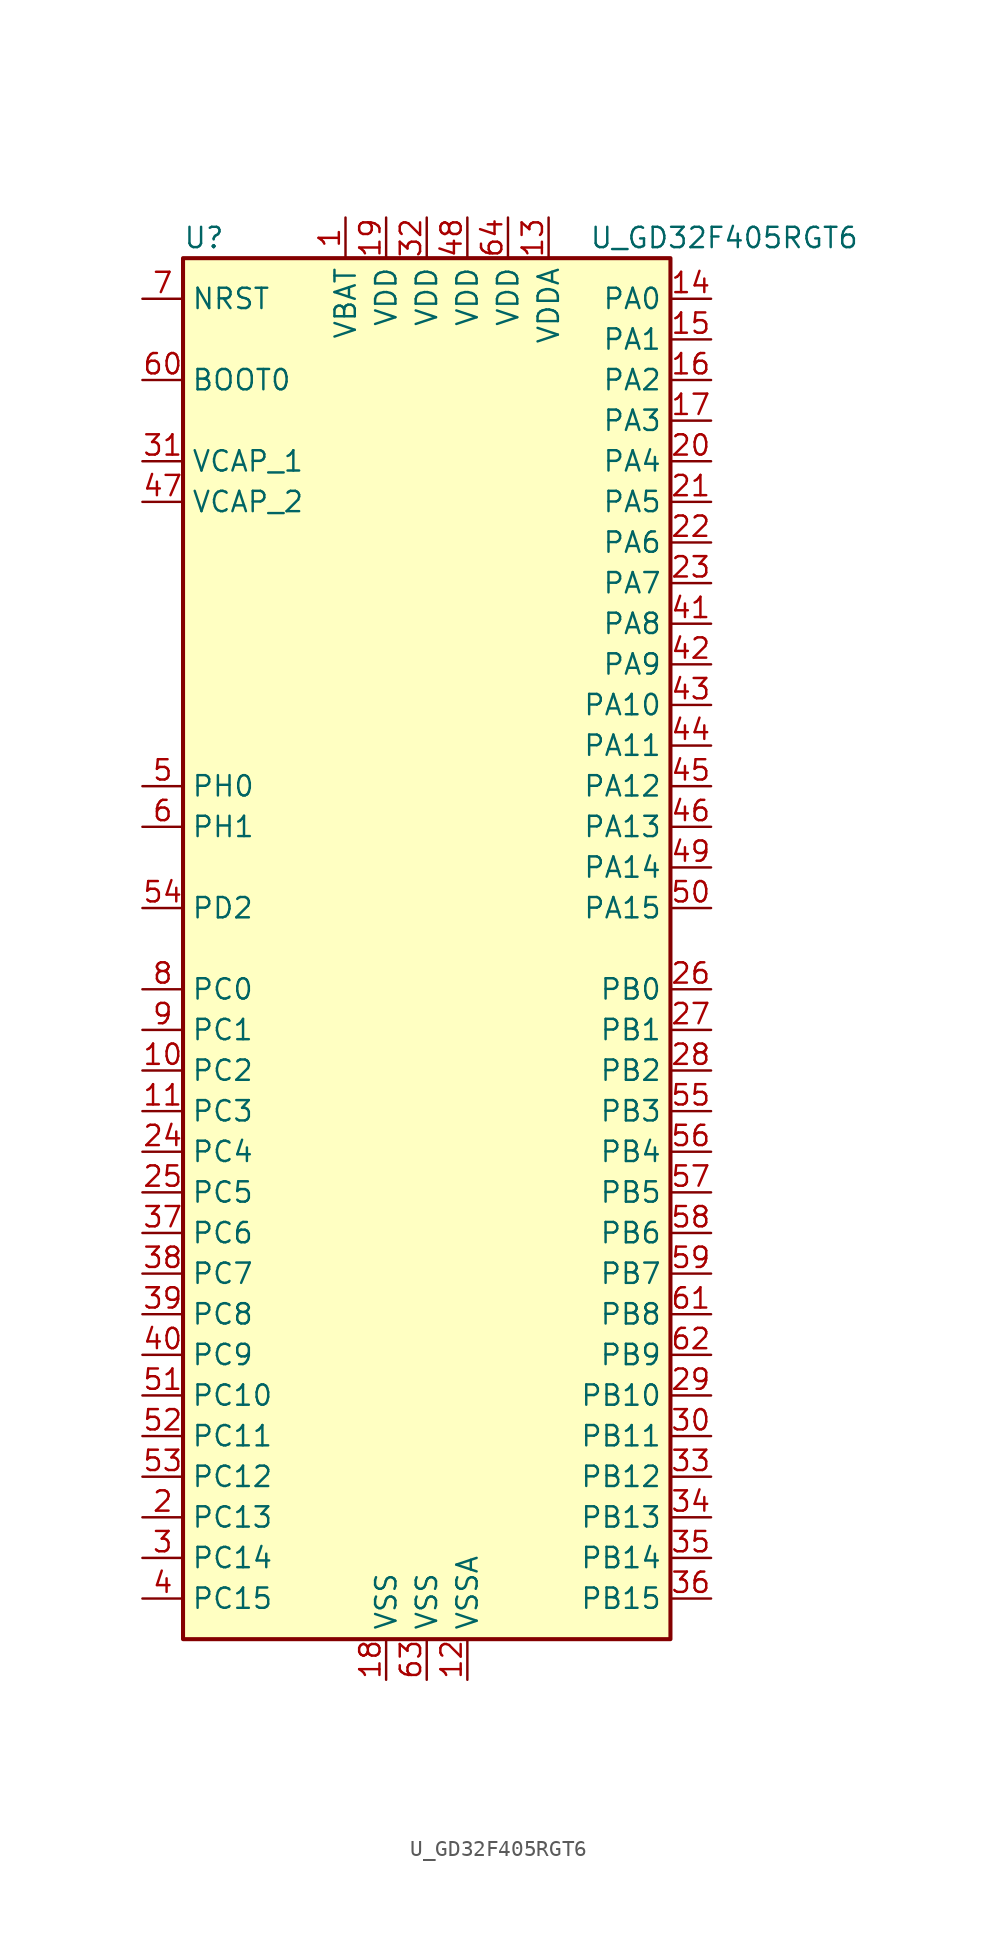
<source format=kicad_sym>
(kicad_symbol_lib
  (version 20211014)
  (generator kicad_symbol_editor)
  (symbol "U_GD32F405RGT6"
    (property "Reference" "U"
      (at -15.24 44.45 0)
      (effects (font (size 1.27 1.27)) (justify left)))
    (property "Value" "U_GD32F405RGT6"
      (at 10.16 44.45 0)
      (effects (font (size 1.27 1.27)) (justify left)))
    (symbol "U_GD32F405RGT6_0_1"
      (rectangle (start -15.24 -43.18) (end 15.24 43.18) (stroke (width 0.254) (type default) (color 0 0 0 0)) (fill (type background))))
    (symbol "U_GD32F405RGT6_1_1"
      (pin power_in line (at -5.08 45.72 270) (length 2.54) (name "VBAT" (effects (font (size 1.27 1.27)))) (number "1" (effects (font (size 1.27 1.27)))))
      (pin bidirectional line (at -17.78 -7.62 0) (length 2.54) (name "PC2" (effects (font (size 1.27 1.27)))) (number "10" (effects (font (size 1.27 1.27)))))
      (pin bidirectional line (at -17.78 -10.16 0) (length 2.54) (name "PC3" (effects (font (size 1.27 1.27)))) (number "11" (effects (font (size 1.27 1.27)))))
      (pin power_in line (at 2.54 -45.72 90) (length 2.54) (name "VSSA" (effects (font (size 1.27 1.27)))) (number "12" (effects (font (size 1.27 1.27)))))
      (pin power_in line (at 7.62 45.72 270) (length 2.54) (name "VDDA" (effects (font (size 1.27 1.27)))) (number "13" (effects (font (size 1.27 1.27)))))
      (pin bidirectional line (at 17.78 40.64 180) (length 2.54) (name "PA0" (effects (font (size 1.27 1.27)))) (number "14" (effects (font (size 1.27 1.27)))))
      (pin bidirectional line (at 17.78 38.1 180) (length 2.54) (name "PA1" (effects (font (size 1.27 1.27)))) (number "15" (effects (font (size 1.27 1.27)))))
      (pin bidirectional line (at 17.78 35.56 180) (length 2.54) (name "PA2" (effects (font (size 1.27 1.27)))) (number "16" (effects (font (size 1.27 1.27)))))
      (pin bidirectional line (at 17.78 33.02 180) (length 2.54) (name "PA3" (effects (font (size 1.27 1.27)))) (number "17" (effects (font (size 1.27 1.27)))))
      (pin power_in line (at -2.54 -45.72 90) (length 2.54) (name "VSS" (effects (font (size 1.27 1.27)))) (number "18" (effects (font (size 1.27 1.27)))))
      (pin power_in line (at -2.54 45.72 270) (length 2.54) (name "VDD" (effects (font (size 1.27 1.27)))) (number "19" (effects (font (size 1.27 1.27)))))
      (pin bidirectional line (at -17.78 -35.56 0) (length 2.54) (name "PC13" (effects (font (size 1.27 1.27)))) (number "2" (effects (font (size 1.27 1.27)))))
      (pin bidirectional line (at 17.78 30.48 180) (length 2.54) (name "PA4" (effects (font (size 1.27 1.27)))) (number "20" (effects (font (size 1.27 1.27)))))
      (pin bidirectional line (at 17.78 27.94 180) (length 2.54) (name "PA5" (effects (font (size 1.27 1.27)))) (number "21" (effects (font (size 1.27 1.27)))))
      (pin bidirectional line (at 17.78 25.4 180) (length 2.54) (name "PA6" (effects (font (size 1.27 1.27)))) (number "22" (effects (font (size 1.27 1.27)))))
      (pin bidirectional line (at 17.78 22.86 180) (length 2.54) (name "PA7" (effects (font (size 1.27 1.27)))) (number "23" (effects (font (size 1.27 1.27)))))
      (pin bidirectional line (at -17.78 -12.7 0) (length 2.54) (name "PC4" (effects (font (size 1.27 1.27)))) (number "24" (effects (font (size 1.27 1.27)))))
      (pin bidirectional line (at -17.78 -15.24 0) (length 2.54) (name "PC5" (effects (font (size 1.27 1.27)))) (number "25" (effects (font (size 1.27 1.27)))))
      (pin bidirectional line (at 17.78 -2.54 180) (length 2.54) (name "PB0" (effects (font (size 1.27 1.27)))) (number "26" (effects (font (size 1.27 1.27)))))
      (pin bidirectional line (at 17.78 -5.08 180) (length 2.54) (name "PB1" (effects (font (size 1.27 1.27)))) (number "27" (effects (font (size 1.27 1.27)))))
      (pin bidirectional line (at 17.78 -7.62 180) (length 2.54) (name "PB2" (effects (font (size 1.27 1.27)))) (number "28" (effects (font (size 1.27 1.27)))))
      (pin bidirectional line (at 17.78 -27.94 180) (length 2.54) (name "PB10" (effects (font (size 1.27 1.27)))) (number "29" (effects (font (size 1.27 1.27)))))
      (pin bidirectional line (at -17.78 -38.1 0) (length 2.54) (name "PC14" (effects (font (size 1.27 1.27)))) (number "3" (effects (font (size 1.27 1.27)))))
      (pin bidirectional line (at 17.78 -30.48 180) (length 2.54) (name "PB11" (effects (font (size 1.27 1.27)))) (number "30" (effects (font (size 1.27 1.27)))))
      (pin power_in line (at -17.78 30.48 0) (length 2.54) (name "VCAP_1" (effects (font (size 1.27 1.27)))) (number "31" (effects (font (size 1.27 1.27)))))
      (pin power_in line (at 0 45.72 270) (length 2.54) (name "VDD" (effects (font (size 1.27 1.27)))) (number "32" (effects (font (size 1.27 1.27)))))
      (pin bidirectional line (at 17.78 -33.02 180) (length 2.54) (name "PB12" (effects (font (size 1.27 1.27)))) (number "33" (effects (font (size 1.27 1.27)))))
      (pin bidirectional line (at 17.78 -35.56 180) (length 2.54) (name "PB13" (effects (font (size 1.27 1.27)))) (number "34" (effects (font (size 1.27 1.27)))))
      (pin bidirectional line (at 17.78 -38.1 180) (length 2.54) (name "PB14" (effects (font (size 1.27 1.27)))) (number "35" (effects (font (size 1.27 1.27)))))
      (pin bidirectional line (at 17.78 -40.64 180) (length 2.54) (name "PB15" (effects (font (size 1.27 1.27)))) (number "36" (effects (font (size 1.27 1.27)))))
      (pin bidirectional line (at -17.78 -17.78 0) (length 2.54) (name "PC6" (effects (font (size 1.27 1.27)))) (number "37" (effects (font (size 1.27 1.27)))))
      (pin bidirectional line (at -17.78 -20.32 0) (length 2.54) (name "PC7" (effects (font (size 1.27 1.27)))) (number "38" (effects (font (size 1.27 1.27)))))
      (pin bidirectional line (at -17.78 -22.86 0) (length 2.54) (name "PC8" (effects (font (size 1.27 1.27)))) (number "39" (effects (font (size 1.27 1.27)))))
      (pin bidirectional line (at -17.78 -40.64 0) (length 2.54) (name "PC15" (effects (font (size 1.27 1.27)))) (number "4" (effects (font (size 1.27 1.27)))))
      (pin bidirectional line (at -17.78 -25.4 0) (length 2.54) (name "PC9" (effects (font (size 1.27 1.27)))) (number "40" (effects (font (size 1.27 1.27)))))
      (pin bidirectional line (at 17.78 20.32 180) (length 2.54) (name "PA8" (effects (font (size 1.27 1.27)))) (number "41" (effects (font (size 1.27 1.27)))))
      (pin bidirectional line (at 17.78 17.78 180) (length 2.54) (name "PA9" (effects (font (size 1.27 1.27)))) (number "42" (effects (font (size 1.27 1.27)))))
      (pin bidirectional line (at 17.78 15.24 180) (length 2.54) (name "PA10" (effects (font (size 1.27 1.27)))) (number "43" (effects (font (size 1.27 1.27)))))
      (pin bidirectional line (at 17.78 12.7 180) (length 2.54) (name "PA11" (effects (font (size 1.27 1.27)))) (number "44" (effects (font (size 1.27 1.27)))))
      (pin bidirectional line (at 17.78 10.16 180) (length 2.54) (name "PA12" (effects (font (size 1.27 1.27)))) (number "45" (effects (font (size 1.27 1.27)))))
      (pin bidirectional line (at 17.78 7.62 180) (length 2.54) (name "PA13" (effects (font (size 1.27 1.27)))) (number "46" (effects (font (size 1.27 1.27)))))
      (pin power_in line (at -17.78 27.94 0) (length 2.54) (name "VCAP_2" (effects (font (size 1.27 1.27)))) (number "47" (effects (font (size 1.27 1.27)))))
      (pin power_in line (at 2.54 45.72 270) (length 2.54) (name "VDD" (effects (font (size 1.27 1.27)))) (number "48" (effects (font (size 1.27 1.27)))))
      (pin bidirectional line (at 17.78 5.08 180) (length 2.54) (name "PA14" (effects (font (size 1.27 1.27)))) (number "49" (effects (font (size 1.27 1.27)))))
      (pin input line (at -17.78 10.16 0) (length 2.54) (name "PH0" (effects (font (size 1.27 1.27)))) (number "5" (effects (font (size 1.27 1.27)))))
      (pin bidirectional line (at 17.78 2.54 180) (length 2.54) (name "PA15" (effects (font (size 1.27 1.27)))) (number "50" (effects (font (size 1.27 1.27)))))
      (pin bidirectional line (at -17.78 -27.94 0) (length 2.54) (name "PC10" (effects (font (size 1.27 1.27)))) (number "51" (effects (font (size 1.27 1.27)))))
      (pin bidirectional line (at -17.78 -30.48 0) (length 2.54) (name "PC11" (effects (font (size 1.27 1.27)))) (number "52" (effects (font (size 1.27 1.27)))))
      (pin bidirectional line (at -17.78 -33.02 0) (length 2.54) (name "PC12" (effects (font (size 1.27 1.27)))) (number "53" (effects (font (size 1.27 1.27)))))
      (pin bidirectional line (at -17.78 2.54 0) (length 2.54) (name "PD2" (effects (font (size 1.27 1.27)))) (number "54" (effects (font (size 1.27 1.27)))))
      (pin bidirectional line (at 17.78 -10.16 180) (length 2.54) (name "PB3" (effects (font (size 1.27 1.27)))) (number "55" (effects (font (size 1.27 1.27)))))
      (pin bidirectional line (at 17.78 -12.7 180) (length 2.54) (name "PB4" (effects (font (size 1.27 1.27)))) (number "56" (effects (font (size 1.27 1.27)))))
      (pin bidirectional line (at 17.78 -15.24 180) (length 2.54) (name "PB5" (effects (font (size 1.27 1.27)))) (number "57" (effects (font (size 1.27 1.27)))))
      (pin bidirectional line (at 17.78 -17.78 180) (length 2.54) (name "PB6" (effects (font (size 1.27 1.27)))) (number "58" (effects (font (size 1.27 1.27)))))
      (pin bidirectional line (at 17.78 -20.32 180) (length 2.54) (name "PB7" (effects (font (size 1.27 1.27)))) (number "59" (effects (font (size 1.27 1.27)))))
      (pin input line (at -17.78 7.62 0) (length 2.54) (name "PH1" (effects (font (size 1.27 1.27)))) (number "6" (effects (font (size 1.27 1.27)))))
      (pin input line (at -17.78 35.56 0) (length 2.54) (name "BOOT0" (effects (font (size 1.27 1.27)))) (number "60" (effects (font (size 1.27 1.27)))))
      (pin bidirectional line (at 17.78 -22.86 180) (length 2.54) (name "PB8" (effects (font (size 1.27 1.27)))) (number "61" (effects (font (size 1.27 1.27)))))
      (pin bidirectional line (at 17.78 -25.4 180) (length 2.54) (name "PB9" (effects (font (size 1.27 1.27)))) (number "62" (effects (font (size 1.27 1.27)))))
      (pin power_in line (at 0 -45.72 90) (length 2.54) (name "VSS" (effects (font (size 1.27 1.27)))) (number "63" (effects (font (size 1.27 1.27)))))
      (pin power_in line (at 5.08 45.72 270) (length 2.54) (name "VDD" (effects (font (size 1.27 1.27)))) (number "64" (effects (font (size 1.27 1.27)))))
      (pin input line (at -17.78 40.64 0) (length 2.54) (name "NRST" (effects (font (size 1.27 1.27)))) (number "7" (effects (font (size 1.27 1.27)))))
      (pin bidirectional line (at -17.78 -2.54 0) (length 2.54) (name "PC0" (effects (font (size 1.27 1.27)))) (number "8" (effects (font (size 1.27 1.27)))))
      (pin bidirectional line (at -17.78 -5.08 0) (length 2.54) (name "PC1" (effects (font (size 1.27 1.27)))) (number "9" (effects (font (size 1.27 1.27))))))))
</source>
